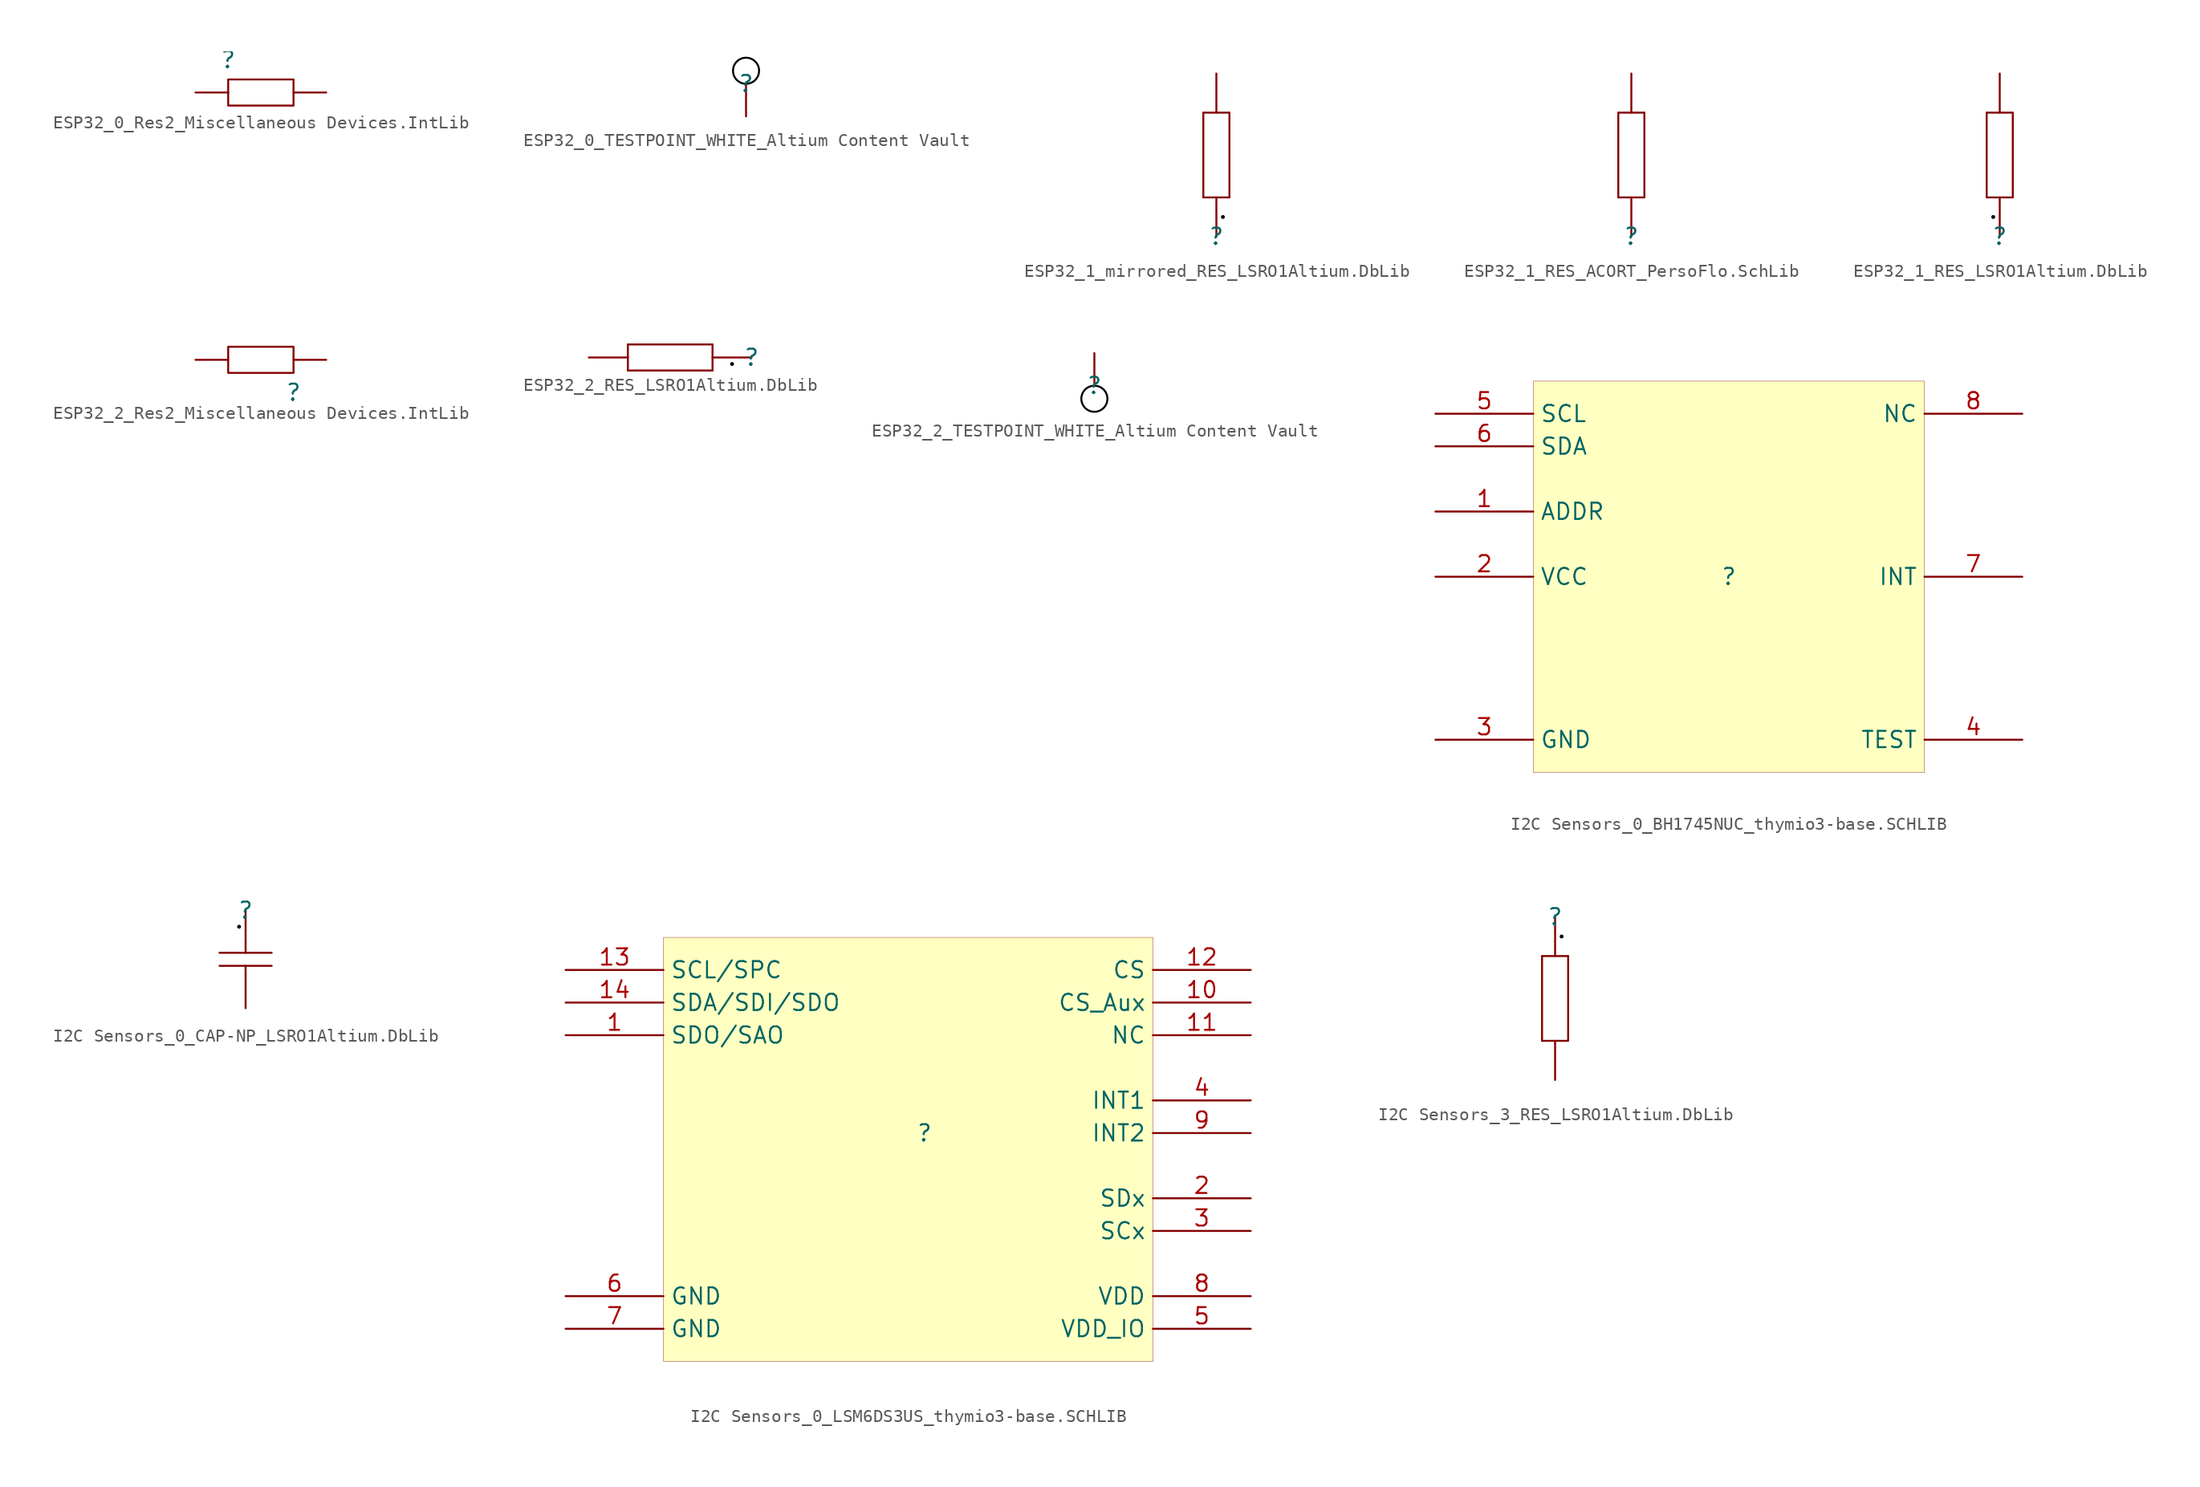
<source format=kicad_sym>
(kicad_symbol_lib
  (version 20241209)
  (generator "kicad_symbol_editor")
  (generator_version "9.0")
  (symbol "ESP32_0_Res2_Miscellaneous Devices.IntLib"
    (pin_numbers
      (hide yes))
    (pin_names
      (hide yes))
    (property "Reference" ""
      (at 0 0 0)
      (effects (font (size 1.27 1.27))))
    (property "Value" ""
      (at 0 0 0)
      (effects (font (size 1.27 1.27))))
    (symbol "ESP32_0_Res2_Miscellaneous Devices.IntLib_1_0"
      (rectangle (start 5.08 -1.524) (end 0 -3.556) (stroke (width 0) (type solid)) (fill (type none)))
      (pin passive line (at -2.54 -2.54 0) (length 2.54) (name "1" (effects (font (size 1.27 1.27)))) (number "1" (effects (font (size 1.27 1.27)))))
      (pin passive line (at 7.62 -2.54 180) (length 2.54) (name "2" (effects (font (size 1.27 1.27)))) (number "2" (effects (font (size 1.27 1.27)))))))
  (symbol "ESP32_0_TESTPOINT_WHITE_Altium Content Vault"
    (pin_numbers
      (hide yes))
    (pin_names
      (hide yes))
    (property "Reference" ""
      (at 0 0 0)
      (effects (font (size 1.27 1.27))))
    (property "Value" ""
      (at 0 0 0)
      (effects (font (size 1.27 1.27))))
    (symbol "ESP32_0_TESTPOINT_WHITE_Altium Content Vault_1_0"
      (circle (center 0 1.016) (radius 1.016) (stroke (width 0) (type solid) (color 0 0 0 1)) (fill (type color) (color 255 255 255 1)))
      (pin passive line (at 0 -2.54 90) (length 2.54) (name "1" (effects (font (size 1.27 1.27)))) (number "1" (effects (font (size 1.27 1.27)))))))
  (symbol "ESP32_1_mirrored_RES_LSRO1Altium.DbLib"
    (pin_numbers
      (hide yes))
    (pin_names
      (hide yes))
    (property "Reference" ""
      (at 0 0 0)
      (effects (font (size 1.27 1.27))))
    (property "Value" ""
      (at 0 0 0)
      (effects (font (size 1.27 1.27))))
    (symbol "ESP32_1_mirrored_RES_LSRO1Altium.DbLib_1_0"
      (polyline (pts (xy -1.016 3.048) (xy -1.016 9.652)) (stroke (width 0) (type solid)) (fill (type none)))
      (circle (center 0.508 1.524) (radius 0.152) (stroke (width -0.0001) (type solid) (color 0 0 0 1)) (fill (type outline)))
      (polyline (pts (xy 1.016 9.652) (xy -1.016 9.652)) (stroke (width 0) (type solid)) (fill (type none)))
      (polyline (pts (xy 1.016 3.048) (xy -1.016 3.048)) (stroke (width 0) (type solid)) (fill (type none)))
      (polyline (pts (xy 1.016 3.048) (xy 1.016 9.652)) (stroke (width 0) (type solid)) (fill (type none)))
      (pin passive line (at 0 12.7 270) (length 3.048) (name "2" (effects (font (size 1.27 1.27)))) (number "2" (effects (font (size 1.27 1.27)))))
      (pin passive line (at 0 0 90) (length 3.048) (name "1" (effects (font (size 1.27 1.27)))) (number "1" (effects (font (size 1.27 1.27)))))))
  (symbol "ESP32_1_RES_ACORT_PersoFlo.SchLib"
    (pin_numbers
      (hide yes))
    (pin_names
      (hide yes))
    (property "Reference" ""
      (at 0 0 0)
      (effects (font (size 1.27 1.27))))
    (property "Value" ""
      (at 0 0 0)
      (effects (font (size 1.27 1.27))))
    (symbol "ESP32_1_RES_ACORT_PersoFlo.SchLib_1_0"
      (polyline (pts (xy -1.016 9.652) (xy 1.016 9.652)) (stroke (width 0) (type solid)) (fill (type none)))
      (polyline (pts (xy -1.016 3.048) (xy -1.016 9.652)) (stroke (width 0) (type solid)) (fill (type none)))
      (polyline (pts (xy -1.016 3.048) (xy 1.016 3.048)) (stroke (width 0) (type solid)) (fill (type none)))
      (polyline (pts (xy 1.016 3.048) (xy 1.016 9.652)) (stroke (width 0) (type solid)) (fill (type none)))
      (pin passive line (at 0 12.7 270) (length 3.048) (name "" (effects (font (size 1.27 1.27)))) (number "2" (effects (font (size 1.27 1.27)))))
      (pin passive line (at 0 0 90) (length 3.048) (name "" (effects (font (size 1.27 1.27)))) (number "1" (effects (font (size 1.27 1.27)))))))
  (symbol "ESP32_1_RES_LSRO1Altium.DbLib"
    (pin_numbers
      (hide yes))
    (pin_names
      (hide yes))
    (property "Reference" ""
      (at 0 0 0)
      (effects (font (size 1.27 1.27))))
    (property "Value" ""
      (at 0 0 0)
      (effects (font (size 1.27 1.27))))
    (symbol "ESP32_1_RES_LSRO1Altium.DbLib_1_0"
      (polyline (pts (xy -1.016 9.652) (xy 1.016 9.652)) (stroke (width 0) (type solid)) (fill (type none)))
      (polyline (pts (xy -1.016 3.048) (xy -1.016 9.652)) (stroke (width 0) (type solid)) (fill (type none)))
      (polyline (pts (xy -1.016 3.048) (xy 1.016 3.048)) (stroke (width 0) (type solid)) (fill (type none)))
      (circle (center -0.508 1.524) (radius 0.152) (stroke (width -0.0001) (type solid) (color 0 0 0 1)) (fill (type outline)))
      (polyline (pts (xy 1.016 3.048) (xy 1.016 9.652)) (stroke (width 0) (type solid)) (fill (type none)))
      (pin passive line (at 0 12.7 270) (length 3.048) (name "2" (effects (font (size 1.27 1.27)))) (number "2" (effects (font (size 1.27 1.27)))))
      (pin passive line (at 0 0 90) (length 3.048) (name "1" (effects (font (size 1.27 1.27)))) (number "1" (effects (font (size 1.27 1.27)))))))
  (symbol "ESP32_2_Res2_Miscellaneous Devices.IntLib"
    (pin_numbers
      (hide yes))
    (pin_names
      (hide yes))
    (property "Reference" ""
      (at 0 0 0)
      (effects (font (size 1.27 1.27))))
    (property "Value" ""
      (at 0 0 0)
      (effects (font (size 1.27 1.27))))
    (symbol "ESP32_2_Res2_Miscellaneous Devices.IntLib_1_0"
      (rectangle (start 0 3.556) (end -5.08 1.524) (stroke (width 0) (type solid)) (fill (type none)))
      (pin passive line (at -7.62 2.54 0) (length 2.54) (name "2" (effects (font (size 1.27 1.27)))) (number "2" (effects (font (size 1.27 1.27)))))
      (pin passive line (at 2.54 2.54 180) (length 2.54) (name "1" (effects (font (size 1.27 1.27)))) (number "1" (effects (font (size 1.27 1.27)))))))
  (symbol "ESP32_2_RES_LSRO1Altium.DbLib"
    (pin_numbers
      (hide yes))
    (pin_names
      (hide yes))
    (property "Reference" ""
      (at 0 0 0)
      (effects (font (size 1.27 1.27))))
    (property "Value" ""
      (at 0 0 0)
      (effects (font (size 1.27 1.27))))
    (symbol "ESP32_2_RES_LSRO1Altium.DbLib_1_0"
      (polyline (pts (xy -9.652 -1.016) (xy -9.652 1.016)) (stroke (width 0) (type solid)) (fill (type none)))
      (polyline (pts (xy -3.048 1.016) (xy -9.652 1.016)) (stroke (width 0) (type solid)) (fill (type none)))
      (polyline (pts (xy -3.048 -1.016) (xy -9.652 -1.016)) (stroke (width 0) (type solid)) (fill (type none)))
      (polyline (pts (xy -3.048 -1.016) (xy -3.048 1.016)) (stroke (width 0) (type solid)) (fill (type none)))
      (circle (center -1.524 -0.508) (radius 0.152) (stroke (width -0.0001) (type solid) (color 0 0 0 1)) (fill (type outline)))
      (pin passive line (at -12.7 0 0) (length 3.048) (name "2" (effects (font (size 1.27 1.27)))) (number "2" (effects (font (size 1.27 1.27)))))
      (pin passive line (at 0 0 180) (length 3.048) (name "1" (effects (font (size 1.27 1.27)))) (number "1" (effects (font (size 1.27 1.27)))))))
  (symbol "ESP32_2_TESTPOINT_WHITE_Altium Content Vault"
    (pin_numbers
      (hide yes))
    (pin_names
      (hide yes))
    (property "Reference" ""
      (at 0 0 0)
      (effects (font (size 1.27 1.27))))
    (property "Value" ""
      (at 0 0 0)
      (effects (font (size 1.27 1.27))))
    (symbol "ESP32_2_TESTPOINT_WHITE_Altium Content Vault_1_0"
      (circle (center 0 -1.016) (radius 1.016) (stroke (width 0) (type solid) (color 0 0 0 1)) (fill (type color) (color 255 255 255 1)))
      (pin passive line (at 0 2.54 270) (length 2.54) (name "1" (effects (font (size 1.27 1.27)))) (number "1" (effects (font (size 1.27 1.27)))))))
  (symbol "I2C Sensors_0_BH1745NUC_thymio3-base.SCHLIB"
    (property "Reference" ""
      (at 0 0 0)
      (effects (font (size 1.27 1.27))))
    (property "Value" ""
      (at 0 0 0)
      (effects (font (size 1.27 1.27))))
    (symbol "I2C Sensors_0_BH1745NUC_thymio3-base.SCHLIB_1_0"
      (rectangle (start 15.24 15.24) (end -15.24 -15.24) (stroke (width 0.025) (type solid) (color 128 0 0 1)) (fill (type background)))
      (pin input line (at -22.86 12.7 0) (length 7.62) (name "SCL" (effects (font (size 1.27 1.27)))) (number "5" (effects (font (size 1.27 1.27)))))
      (pin bidirectional line (at -22.86 10.16 0) (length 7.62) (name "SDA" (effects (font (size 1.27 1.27)))) (number "6" (effects (font (size 1.27 1.27)))))
      (pin input line (at -22.86 5.08 0) (length 7.62) (name "ADDR" (effects (font (size 1.27 1.27)))) (number "1" (effects (font (size 1.27 1.27)))))
      (pin power_in line (at -22.86 0 0) (length 7.62) (name "VCC" (effects (font (size 1.27 1.27)))) (number "2" (effects (font (size 1.27 1.27)))))
      (pin power_in line (at -22.86 -12.7 0) (length 7.62) (name "GND" (effects (font (size 1.27 1.27)))) (number "3" (effects (font (size 1.27 1.27)))))
      (pin passive line (at 22.86 12.7 180) (length 7.62) (name "NC" (effects (font (size 1.27 1.27)))) (number "8" (effects (font (size 1.27 1.27)))))
      (pin output line (at 22.86 0 180) (length 7.62) (name "INT" (effects (font (size 1.27 1.27)))) (number "7" (effects (font (size 1.27 1.27)))))
      (pin power_in line (at 22.86 -12.7 180) (length 7.62) (name "TEST" (effects (font (size 1.27 1.27)))) (number "4" (effects (font (size 1.27 1.27)))))))
  (symbol "I2C Sensors_0_CAP-NP_LSRO1Altium.DbLib"
    (pin_numbers
      (hide yes))
    (pin_names
      (hide yes))
    (property "Reference" ""
      (at 0 0 0)
      (effects (font (size 1.27 1.27))))
    (property "Value" ""
      (at 0 0 0)
      (effects (font (size 1.27 1.27))))
    (symbol "I2C Sensors_0_CAP-NP_LSRO1Altium.DbLib_1_0"
      (polyline (pts (xy -2.032 -3.302) (xy 2.032 -3.302)) (stroke (width 0) (type solid)) (fill (type none)))
      (circle (center -0.508 -1.27) (radius 0.152) (stroke (width -0.0001) (type solid) (color 0 0 0 1)) (fill (type outline)))
      (polyline (pts (xy 0 -2.54) (xy 0 -3.302)) (stroke (width 0) (type solid)) (fill (type none)))
      (polyline (pts (xy 0 -5.08) (xy 0 -4.318)) (stroke (width 0) (type solid)) (fill (type none)))
      (polyline (pts (xy 2.032 -4.318) (xy -2.032 -4.318)) (stroke (width 0) (type solid)) (fill (type none)))
      (pin passive line (at 0 0 270) (length 2.54) (name "1" (effects (font (size 1.27 1.27)))) (number "1" (effects (font (size 1.27 1.27)))))
      (pin passive line (at 0 -7.62 90) (length 2.54) (name "2" (effects (font (size 1.27 1.27)))) (number "2" (effects (font (size 1.27 1.27)))))))
  (symbol "I2C Sensors_0_LSM6DS3US_thymio3-base.SCHLIB"
    (property "Reference" ""
      (at 0 0 0)
      (effects (font (size 1.27 1.27))))
    (property "Value" ""
      (at 0 0 0)
      (effects (font (size 1.27 1.27))))
    (symbol "I2C Sensors_0_LSM6DS3US_thymio3-base.SCHLIB_1_0"
      (rectangle (start 17.78 15.24) (end -20.32 -17.78) (stroke (width 0.025) (type solid) (color 128 0 0 1)) (fill (type background)))
      (pin input line (at -27.94 12.7 0) (length 7.62) (name "SCL/SPC" (effects (font (size 1.27 1.27)))) (number "13" (effects (font (size 1.27 1.27)))))
      (pin bidirectional line (at -27.94 10.16 0) (length 7.62) (name "SDA/SDI/SDO" (effects (font (size 1.27 1.27)))) (number "14" (effects (font (size 1.27 1.27)))))
      (pin bidirectional line (at -27.94 7.62 0) (length 7.62) (name "SDO/SAO" (effects (font (size 1.27 1.27)))) (number "1" (effects (font (size 1.27 1.27)))))
      (pin power_in line (at -27.94 -12.7 0) (length 7.62) (name "GND" (effects (font (size 1.27 1.27)))) (number "6" (effects (font (size 1.27 1.27)))))
      (pin power_in line (at -27.94 -15.24 0) (length 7.62) (name "GND" (effects (font (size 1.27 1.27)))) (number "7" (effects (font (size 1.27 1.27)))))
      (pin input line (at 25.4 12.7 180) (length 7.62) (name "CS" (effects (font (size 1.27 1.27)))) (number "12" (effects (font (size 1.27 1.27)))))
      (pin input line (at 25.4 10.16 180) (length 7.62) (name "CS_Aux" (effects (font (size 1.27 1.27)))) (number "10" (effects (font (size 1.27 1.27)))))
      (pin passive line (at 25.4 7.62 180) (length 7.62) (name "NC" (effects (font (size 1.27 1.27)))) (number "11" (effects (font (size 1.27 1.27)))))
      (pin output line (at 25.4 2.54 180) (length 7.62) (name "INT1" (effects (font (size 1.27 1.27)))) (number "4" (effects (font (size 1.27 1.27)))))
      (pin output line (at 25.4 0 180) (length 7.62) (name "INT2" (effects (font (size 1.27 1.27)))) (number "9" (effects (font (size 1.27 1.27)))))
      (pin output line (at 25.4 -5.08 180) (length 7.62) (name "SDx" (effects (font (size 1.27 1.27)))) (number "2" (effects (font (size 1.27 1.27)))))
      (pin output line (at 25.4 -7.62 180) (length 7.62) (name "SCx" (effects (font (size 1.27 1.27)))) (number "3" (effects (font (size 1.27 1.27)))))
      (pin power_in line (at 25.4 -12.7 180) (length 7.62) (name "VDD" (effects (font (size 1.27 1.27)))) (number "8" (effects (font (size 1.27 1.27)))))
      (pin power_in line (at 25.4 -15.24 180) (length 7.62) (name "VDD_IO" (effects (font (size 1.27 1.27)))) (number "5" (effects (font (size 1.27 1.27)))))))
  (symbol "I2C Sensors_3_RES_LSRO1Altium.DbLib"
    (pin_numbers
      (hide yes))
    (pin_names
      (hide yes))
    (property "Reference" ""
      (at 0 0 0)
      (effects (font (size 1.27 1.27))))
    (property "Value" ""
      (at 0 0 0)
      (effects (font (size 1.27 1.27))))
    (symbol "I2C Sensors_3_RES_LSRO1Altium.DbLib_1_0"
      (polyline (pts (xy -1.016 -3.048) (xy -1.016 -9.652)) (stroke (width 0) (type solid)) (fill (type none)))
      (circle (center 0.508 -1.524) (radius 0.152) (stroke (width -0.0001) (type solid) (color 0 0 0 1)) (fill (type outline)))
      (polyline (pts (xy 1.016 -3.048) (xy -1.016 -3.048)) (stroke (width 0) (type solid)) (fill (type none)))
      (polyline (pts (xy 1.016 -3.048) (xy 1.016 -9.652)) (stroke (width 0) (type solid)) (fill (type none)))
      (polyline (pts (xy 1.016 -9.652) (xy -1.016 -9.652)) (stroke (width 0) (type solid)) (fill (type none)))
      (pin passive line (at 0 0 270) (length 3.048) (name "1" (effects (font (size 1.27 1.27)))) (number "1" (effects (font (size 1.27 1.27)))))
      (pin passive line (at 0 -12.7 90) (length 3.048) (name "2" (effects (font (size 1.27 1.27)))) (number "2" (effects (font (size 1.27 1.27))))))))
</source>
